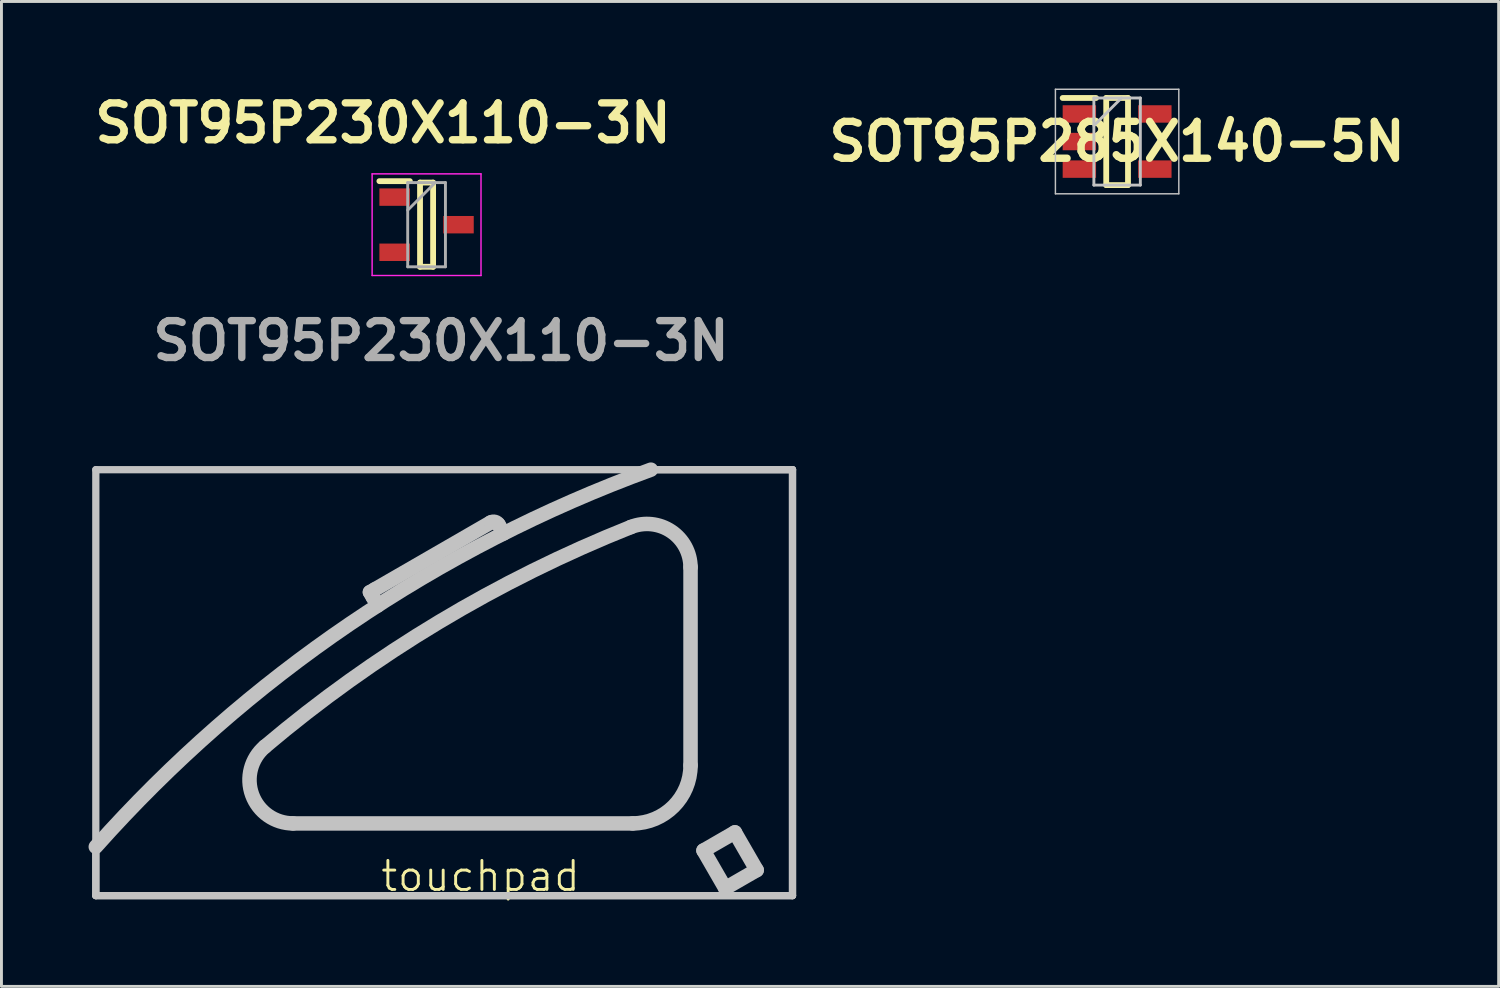
<source format=kicad_pcb>
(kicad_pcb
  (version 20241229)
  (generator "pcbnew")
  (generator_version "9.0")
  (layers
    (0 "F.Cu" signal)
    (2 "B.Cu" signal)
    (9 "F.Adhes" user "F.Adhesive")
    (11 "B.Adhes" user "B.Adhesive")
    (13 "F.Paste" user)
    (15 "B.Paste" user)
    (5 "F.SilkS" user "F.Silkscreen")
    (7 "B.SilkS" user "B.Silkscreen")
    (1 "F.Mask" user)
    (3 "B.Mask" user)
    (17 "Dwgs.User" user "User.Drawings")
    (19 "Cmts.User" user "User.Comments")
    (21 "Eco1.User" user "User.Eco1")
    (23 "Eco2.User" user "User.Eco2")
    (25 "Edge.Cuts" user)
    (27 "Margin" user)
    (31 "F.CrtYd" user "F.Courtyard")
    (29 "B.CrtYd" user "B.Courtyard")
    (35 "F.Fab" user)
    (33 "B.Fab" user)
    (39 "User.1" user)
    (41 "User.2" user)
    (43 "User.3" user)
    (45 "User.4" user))
  (footprint "touchpad"
    (layer "F.Cu")
    (at 13.5 27.627)
    (property "Reference" "touchpad" (at 0 -0.5 0) (unlocked yes) (layer "F.SilkS") (effects (font (size 1 1) (thickness 0.1))))
    (attr smd)
    (fp_line (start -13.25 -14.5) (end 10.746 -14.5) (stroke (width 0.25) (type default)) (layer "Dwgs.User"))
    (fp_line (start -13.25 0.17) (end -13.25 -14.5) (stroke (width 0.25) (type default)) (layer "Dwgs.User"))
    (fp_line (start -13.25 0.17) (end -13.25 -1.512) (stroke (width 0.25) (type default)) (layer "Dwgs.User"))
    (fp_line (start -13.25 0.17) (end 10.746 0.17) (stroke (width 0.25) (type default)) (layer "Dwgs.User"))
    (fp_line (start -6.457 -2.316) (end 5.241 -2.316) (stroke (width 0.5) (type default)) (layer "Dwgs.User"))
    (fp_line (start -3.808 -10.281) (end -3.543 -9.822) (stroke (width 0.5) (type default)) (layer "Dwgs.User"))
    (fp_line (start 0.349 -12.681) (end -3.808 -10.281) (stroke (width 0.5) (type default)) (layer "Dwgs.User"))
    (fp_line (start 0.622 -12.608) (end 0.796 -12.306) (stroke (width 0.5) (type default)) (layer "Dwgs.User"))
    (fp_line (start 5.868 -14.5) (end 10.746 -14.5) (stroke (width 0.25) (type default)) (layer "Dwgs.User"))
    (fp_line (start 7.234 -4.316) (end 7.234 -11.143) (stroke (width 0.5) (type default)) (layer "Dwgs.User"))
    (fp_line (start 7.68 -1.383) (end 8.43 -0.084) (stroke (width 0.5) (type default)) (layer "Dwgs.User"))
    (fp_line (start 8.43 -0.084) (end 9.512 -0.709) (stroke (width 0.5) (type default)) (layer "Dwgs.User"))
    (fp_line (start 8.762 -2.008) (end 7.68 -1.383) (stroke (width 0.5) (type default)) (layer "Dwgs.User"))
    (fp_line (start 9.512 -0.709) (end 8.762 -2.008) (stroke (width 0.5) (type default)) (layer "Dwgs.User"))
    (fp_line (start 10.746 -14.5) (end 10.746 0.17) (stroke (width 0.25) (type default)) (layer "Dwgs.User"))
    (fp_line (start 10.746 0.17) (end -13.25 0.17) (stroke (width 0.25) (type default)) (layer "Dwgs.User"))
    (fp_line (start 10.746 0.17) (end 10.746 -14.5) (stroke (width 0.25) (type default)) (layer "Dwgs.User"))
    (fp_arc (start -13.25 -1.512002) (mid -4.496552 -9.191671) (end 5.867881 -14.5) (stroke (width 0.5) (type default)) (layer "Dwgs.User"))
    (fp_arc (start -7.42571 -4.961832) (mid -1.429523 -9.253449) (end 5.178809 -12.524868) (stroke (width 0.5) (type default)) (layer "Dwgs.User"))
    (fp_arc (start -6.457151 -2.31647) (mid -7.86571 -3.30074) (end -7.42571 -4.961832) (stroke (width 0.5) (type default)) (layer "Dwgs.User"))
    (fp_arc (start -3.708207 -10.107806) (mid -3.72817 -10.259527) (end -3.636833 -10.379875) (stroke (width 0.5) (type default)) (layer "Dwgs.User"))
    (fp_arc (start 0.348762 -12.680961) (mid 0.500511 -12.700937) (end 0.621954 -12.607748) (stroke (width 0.5) (type default)) (layer "Dwgs.User"))
    (fp_arc (start 5.178809 -12.524868) (mid 6.575584 -12.372683) (end 7.233673 -11.143302) (stroke (width 0.5) (type default)) (layer "Dwgs.User"))
    (fp_arc (start 7.233673 -4.316478) (mid 6.647885 -2.902253) (end 5.241394 -2.31647) (stroke (width 0.5) (type default)) (layer "Dwgs.User")))
  (footprint "SOT95P285X140-5N"
    (layer "F.Cu")
    (at 35.426 1.825)
    (property "Reference" "SOT95P285X140-5N" (at 0 0 0) (layer "F.SilkS") (effects (font (size 1.27 1.27) (thickness 0.254))))
    (attr smd)
    (fp_line (start -1.875 -1.5) (end -0.725 -1.5) (stroke (width 0.2) (type solid)) (layer "F.SilkS"))
    (fp_line (start -0.375 -1.5) (end 0.375 -1.5) (stroke (width 0.2) (type solid)) (layer "F.SilkS"))
    (fp_line (start -0.375 1.5) (end -0.375 -1.5) (stroke (width 0.2) (type solid)) (layer "F.SilkS"))
    (fp_line (start 0.375 -1.5) (end 0.375 1.5) (stroke (width 0.2) (type solid)) (layer "F.SilkS"))
    (fp_line (start 0.375 1.5) (end -0.375 1.5) (stroke (width 0.2) (type solid)) (layer "F.SilkS"))
    (fp_line (start -2.125 -1.8) (end 2.125 -1.8) (stroke (width 0.05) (type solid)) (layer "Dwgs.User"))
    (fp_line (start -2.125 1.8) (end -2.125 -1.8) (stroke (width 0.05) (type solid)) (layer "Dwgs.User"))
    (fp_line (start -0.8 -1.5) (end 0.8 -1.5) (stroke (width 0.1) (type solid)) (layer "Dwgs.User"))
    (fp_line (start -0.8 -0.55) (end 0.15 -1.5) (stroke (width 0.1) (type solid)) (layer "Dwgs.User"))
    (fp_line (start -0.8 1.5) (end -0.8 -1.5) (stroke (width 0.1) (type solid)) (layer "Dwgs.User"))
    (fp_line (start 0.8 -1.5) (end 0.8 1.5) (stroke (width 0.1) (type solid)) (layer "Dwgs.User"))
    (fp_line (start 0.8 1.5) (end -0.8 1.5) (stroke (width 0.1) (type solid)) (layer "Dwgs.User"))
    (fp_line (start 2.125 -1.8) (end 2.125 1.8) (stroke (width 0.05) (type solid)) (layer "Dwgs.User"))
    (fp_line (start 2.125 1.8) (end -2.125 1.8) (stroke (width 0.05) (type solid)) (layer "Dwgs.User"))
    (pad "1" smd rect (at -1.3 -0.95 90) (size 0.6 1.15) (layers "F.Cu" "F.Mask" "F.Paste"))
    (pad "2" smd rect (at -1.3 0 90) (size 0.6 1.15) (layers "F.Cu" "F.Mask" "F.Paste"))
    (pad "3" smd rect (at -1.3 0.95 90) (size 0.6 1.15) (layers "F.Cu" "F.Mask" "F.Paste"))
    (pad "4" smd rect (at 1.3 0.95 90) (size 0.6 1.15) (layers "F.Cu" "F.Mask" "F.Paste"))
    (pad "5" smd rect (at 1.3 -0.95 90) (size 0.6 1.15) (layers "F.Cu" "F.Mask" "F.Paste")))
  (footprint "SOT95P230X110-3N"
    (layer "F.Cu")
    (at 11.642 4.689)
    (property "Reference" "SOT95P230X110-3N" (at -1.5 -3.5 0) (layer "F.SilkS") (effects (font (size 1.27 1.27) (thickness 0.254))))
    (attr smd)
    (fp_line (start -1.625 -1.5) (end -0.575 -1.5) (stroke (width 0.2) (type solid)) (layer "F.SilkS"))
    (fp_line (start -0.225 -1.45) (end 0.225 -1.45) (stroke (width 0.2) (type solid)) (layer "F.SilkS"))
    (fp_line (start -0.225 1.45) (end -0.225 -1.45) (stroke (width 0.2) (type solid)) (layer "F.SilkS"))
    (fp_line (start 0.225 -1.45) (end 0.225 1.45) (stroke (width 0.2) (type solid)) (layer "F.SilkS"))
    (fp_line (start 0.225 1.45) (end -0.225 1.45) (stroke (width 0.2) (type solid)) (layer "F.SilkS"))
    (fp_line (start -1.875 -1.75) (end 1.875 -1.75) (stroke (width 0.05) (type solid)) (layer "F.CrtYd"))
    (fp_line (start -1.875 1.75) (end -1.875 -1.75) (stroke (width 0.05) (type solid)) (layer "F.CrtYd"))
    (fp_line (start 1.875 -1.75) (end 1.875 1.75) (stroke (width 0.05) (type solid)) (layer "F.CrtYd"))
    (fp_line (start 1.875 1.75) (end -1.875 1.75) (stroke (width 0.05) (type solid)) (layer "F.CrtYd"))
    (fp_line (start -0.65 -1.45) (end 0.65 -1.45) (stroke (width 0.1) (type solid)) (layer "F.Fab"))
    (fp_line (start -0.65 -0.5) (end 0.3 -1.45) (stroke (width 0.1) (type solid)) (layer "F.Fab"))
    (fp_line (start -0.65 1.45) (end -0.65 -1.45) (stroke (width 0.1) (type solid)) (layer "F.Fab"))
    (fp_line (start 0.65 -1.45) (end 0.65 1.45) (stroke (width 0.1) (type solid)) (layer "F.Fab"))
    (fp_line (start 0.65 1.45) (end -0.65 1.45) (stroke (width 0.1) (type solid)) (layer "F.Fab"))
    (fp_text user "${REFERENCE}" (at 0.5 4 0) (layer "F.Fab") (effects (font (size 1.27 1.27) (thickness 0.254))))
    (pad "1" smd rect (at -1.1 -0.95 90) (size 0.6 1.05) (layers "F.Cu" "F.Mask" "F.Paste"))
    (pad "2" smd rect (at -1.1 0.95 90) (size 0.6 1.05) (layers "F.Cu" "F.Mask" "F.Paste"))
    (pad "3" smd rect (at 1.1 0 90) (size 0.6 1.05) (layers "F.Cu" "F.Mask" "F.Paste")))
  (gr_rect
    (start -3 -3)
    (end 48.567 30.923)
    (stroke (width 0.1) (type default))
    (fill no)
    (layer "Edge.Cuts")))
</source>
